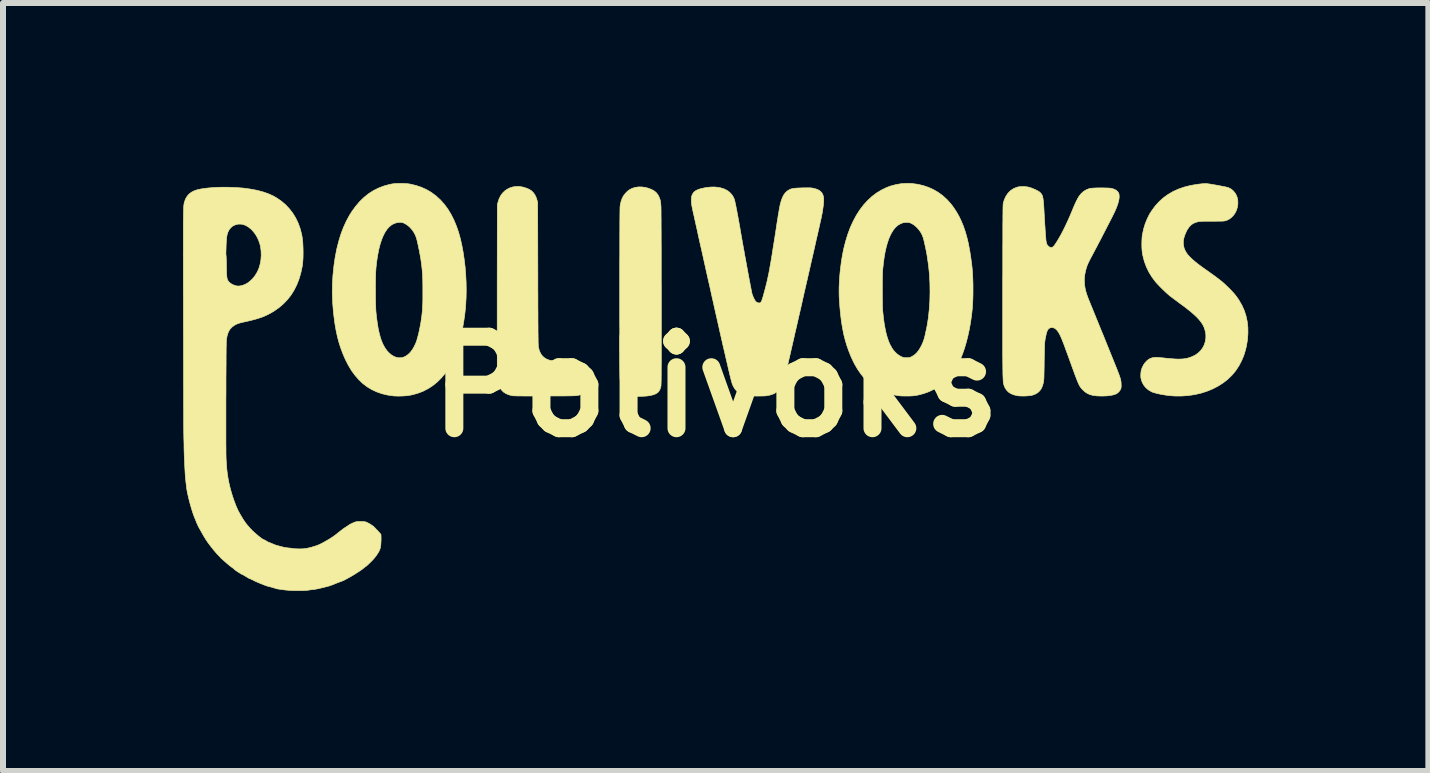
<source format=kicad_pcb>
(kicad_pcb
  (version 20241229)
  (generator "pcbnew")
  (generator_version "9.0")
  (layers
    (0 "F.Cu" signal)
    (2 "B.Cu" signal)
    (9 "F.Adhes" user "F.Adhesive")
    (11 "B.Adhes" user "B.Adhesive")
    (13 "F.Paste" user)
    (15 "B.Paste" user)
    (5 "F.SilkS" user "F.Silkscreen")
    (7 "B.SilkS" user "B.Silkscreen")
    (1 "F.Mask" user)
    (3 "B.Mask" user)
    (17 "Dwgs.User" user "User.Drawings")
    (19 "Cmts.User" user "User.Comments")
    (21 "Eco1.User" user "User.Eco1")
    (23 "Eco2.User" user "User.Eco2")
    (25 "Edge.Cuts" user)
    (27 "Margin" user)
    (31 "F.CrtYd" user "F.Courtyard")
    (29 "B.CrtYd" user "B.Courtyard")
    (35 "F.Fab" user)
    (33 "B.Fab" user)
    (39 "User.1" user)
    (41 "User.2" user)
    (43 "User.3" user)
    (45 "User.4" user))
  (footprint "Polivoks"
    (layer "F.Cu")
    (at 8.874 3.395)
    (property "Reference" "Polivoks" (at 0 0 0) (layer "F.SilkS") (effects (font (size 1.524 1.524) (thickness 0.3))))
    (attr through_hole)
    (fp_poly (pts (xy -1.226 -3.33) (xy -1.165 -3.321) (xy -1.116 -3.307) (xy -1.066 -3.287) (xy -1.024 -3.264) (xy -0.991 -3.236) (xy -0.964 -3.203) (xy -0.943 -3.163) (xy -0.926 -3.117) (xy -0.92 -3.089) (xy -0.915 -3.052) (xy -0.912 -3.006) (xy -0.911 -3.002) (xy -0.911 -2.991) (xy -0.911 -2.969) (xy -0.91 -2.939) (xy -0.91 -2.9) (xy -0.91 -2.852) (xy -0.909 -2.797) (xy -0.909 -2.734) (xy -0.909 -2.663) (xy -0.908 -2.586) (xy -0.908 -2.503) (xy -0.908 -2.413) (xy -0.907 -2.318) (xy -0.907 -2.218) (xy -0.907 -2.112) (xy -0.907 -2.003) (xy -0.907 -1.889) (xy -0.907 -1.772) (xy -0.906 -1.652) (xy -0.906 -1.528) (xy -0.906 -1.478) (xy -0.906 -1.336) (xy -0.906 -1.204) (xy -0.906 -1.081) (xy -0.906 -0.966) (xy -0.906 -0.861) (xy -0.906 -0.763) (xy -0.906 -0.674) (xy -0.906 -0.591) (xy -0.906 -0.517) (xy -0.906 -0.449) (xy -0.906 -0.387) (xy -0.907 -0.332) (xy -0.907 -0.282) (xy -0.907 -0.238) (xy -0.907 -0.199) (xy -0.908 -0.165) (xy -0.908 -0.135) (xy -0.908 -0.109) (xy -0.909 -0.087) (xy -0.909 -0.068) (xy -0.91 -0.053) (xy -0.91 -0.04) (xy -0.911 -0.029) (xy -0.911 -0.02) (xy -0.912 -0.013) (xy -0.913 -0.008) (xy -0.914 -0.003) (xy -0.915 0.001) (xy -0.916 0.005) (xy -0.916 0.006) (xy -0.927 0.039) (xy -0.941 0.067) (xy -0.96 0.09) (xy -0.984 0.108) (xy -1.014 0.124) (xy -1.052 0.136) (xy -1.097 0.146) (xy -1.14 0.152) (xy -1.171 0.155) (xy -1.207 0.157) (xy -1.245 0.158) (xy -1.283 0.158) (xy -1.319 0.157) (xy -1.35 0.155) (xy -1.373 0.152) (xy -1.375 0.152) (xy -1.427 0.138) (xy -1.472 0.117) (xy -1.51 0.09) (xy -1.529 0.071) (xy -1.546 0.048) (xy -1.561 0.023) (xy -1.572 -0.007) (xy -1.581 -0.042) (xy -1.588 -0.084) (xy -1.593 -0.135) (xy -1.593 -0.137) (xy -1.594 -0.148) (xy -1.594 -0.169) (xy -1.595 -0.198) (xy -1.595 -0.236) (xy -1.596 -0.282) (xy -1.596 -0.335) (xy -1.597 -0.395) (xy -1.597 -0.462) (xy -1.597 -0.534) (xy -1.598 -0.612) (xy -1.598 -0.695) (xy -1.598 -0.782) (xy -1.598 -0.873) (xy -1.598 -0.968) (xy -1.599 -1.065) (xy -1.599 -1.165) (xy -1.599 -1.267) (xy -1.599 -1.37) (xy -1.599 -1.475) (xy -1.599 -1.579) (xy -1.599 -1.684) (xy -1.599 -1.788) (xy -1.599 -1.892) (xy -1.599 -1.993) (xy -1.599 -2.093) (xy -1.598 -2.19) (xy -1.598 -2.284) (xy -1.598 -2.375) (xy -1.598 -2.461) (xy -1.598 -2.543) (xy -1.597 -2.62) (xy -1.597 -2.692) (xy -1.597 -2.757) (xy -1.596 -2.816) (xy -1.596 -2.868) (xy -1.595 -2.913) (xy -1.595 -2.95) (xy -1.594 -2.978) (xy -1.594 -2.997) (xy -1.593 -3.006) (xy -1.586 -3.05) (xy -1.575 -3.094) (xy -1.56 -3.136) (xy -1.543 -3.171) (xy -1.527 -3.195) (xy -1.506 -3.221) (xy -1.482 -3.247) (xy -1.457 -3.269) (xy -1.439 -3.282) (xy -1.392 -3.307) (xy -1.34 -3.323) (xy -1.284 -3.331) (xy -1.226 -3.33)) (stroke (width 0.01) (type solid)) (fill yes) (layer "F.SilkS"))
    (fp_poly (pts (xy -3.269 -3.338) (xy -3.21 -3.328) (xy -3.15 -3.309) (xy -3.114 -3.294) (xy -3.074 -3.27) (xy -3.041 -3.239) (xy -3.013 -3.201) (xy -2.991 -3.155) (xy -2.977 -3.112) (xy -2.966 -3.07) (xy -2.963 -1.883) (xy -2.963 -1.753) (xy -2.963 -1.633) (xy -2.962 -1.522) (xy -2.962 -1.42) (xy -2.962 -1.326) (xy -2.961 -1.241) (xy -2.961 -1.163) (xy -2.961 -1.093) (xy -2.96 -1.029) (xy -2.96 -0.972) (xy -2.96 -0.921) (xy -2.959 -0.877) (xy -2.959 -0.837) (xy -2.958 -0.803) (xy -2.958 -0.773) (xy -2.958 -0.748) (xy -2.957 -0.726) (xy -2.956 -0.708) (xy -2.956 -0.694) (xy -2.955 -0.682) (xy -2.954 -0.673) (xy -2.954 -0.665) (xy -2.953 -0.66) (xy -2.952 -0.657) (xy -2.938 -0.603) (xy -2.918 -0.558) (xy -2.892 -0.52) (xy -2.86 -0.489) (xy -2.821 -0.464) (xy -2.774 -0.445) (xy -2.722 -0.433) (xy -2.711 -0.431) (xy -2.692 -0.43) (xy -2.665 -0.429) (xy -2.632 -0.427) (xy -2.595 -0.426) (xy -2.554 -0.425) (xy -2.51 -0.424) (xy -2.51 -0.424) (xy -2.461 -0.423) (xy -2.42 -0.422) (xy -2.388 -0.42) (xy -2.361 -0.419) (xy -2.34 -0.418) (xy -2.324 -0.417) (xy -2.31 -0.415) (xy -2.298 -0.412) (xy -2.286 -0.41) (xy -2.284 -0.409) (xy -2.229 -0.39) (xy -2.181 -0.366) (xy -2.142 -0.335) (xy -2.11 -0.299) (xy -2.087 -0.258) (xy -2.072 -0.211) (xy -2.066 -0.16) (xy -2.066 -0.146) (xy -2.07 -0.09) (xy -2.084 -0.037) (xy -2.107 0.011) (xy -2.137 0.054) (xy -2.152 0.07) (xy -2.178 0.094) (xy -2.204 0.112) (xy -2.233 0.126) (xy -2.267 0.136) (xy -2.287 0.141) (xy -2.296 0.142) (xy -2.304 0.144) (xy -2.313 0.145) (xy -2.322 0.147) (xy -2.334 0.148) (xy -2.347 0.148) (xy -2.364 0.149) (xy -2.384 0.15) (xy -2.409 0.15) (xy -2.438 0.151) (xy -2.473 0.151) (xy -2.514 0.152) (xy -2.561 0.152) (xy -2.616 0.152) (xy -2.679 0.152) (xy -2.75 0.152) (xy -2.831 0.153) (xy -2.846 0.153) (xy -2.932 0.153) (xy -3.008 0.153) (xy -3.076 0.153) (xy -3.135 0.153) (xy -3.186 0.153) (xy -3.23 0.152) (xy -3.268 0.152) (xy -3.299 0.152) (xy -3.326 0.151) (xy -3.347 0.15) (xy -3.364 0.15) (xy -3.377 0.149) (xy -3.386 0.148) (xy -3.391 0.147) (xy -3.447 0.133) (xy -3.494 0.113) (xy -3.535 0.087) (xy -3.568 0.054) (xy -3.594 0.014) (xy -3.615 -0.034) (xy -3.624 -0.065) (xy -3.625 -0.072) (xy -3.627 -0.08) (xy -3.628 -0.088) (xy -3.63 -0.098) (xy -3.631 -0.109) (xy -3.632 -0.122) (xy -3.633 -0.138) (xy -3.634 -0.156) (xy -3.635 -0.177) (xy -3.636 -0.201) (xy -3.637 -0.229) (xy -3.637 -0.26) (xy -3.638 -0.296) (xy -3.638 -0.337) (xy -3.639 -0.383) (xy -3.639 -0.434) (xy -3.639 -0.49) (xy -3.64 -0.553) (xy -3.64 -0.622) (xy -3.64 -0.698) (xy -3.64 -0.781) (xy -3.64 -0.871) (xy -3.64 -0.97) (xy -3.64 -1.076) (xy -3.64 -1.191) (xy -3.64 -1.314) (xy -3.64 -1.447) (xy -3.64 -1.589) (xy -3.64 -1.634) (xy -3.638 -3.036) (xy -3.627 -3.075) (xy -3.608 -3.134) (xy -3.583 -3.184) (xy -3.552 -3.227) (xy -3.514 -3.264) (xy -3.483 -3.287) (xy -3.434 -3.313) (xy -3.382 -3.33) (xy -3.327 -3.338) (xy -3.269 -3.338)) (stroke (width 0.01) (type solid)) (fill yes) (layer "F.SilkS"))
    (fp_poly (pts (xy 3.265 -3.388) (xy 3.266 -3.388) (xy 3.364 -3.375) (xy 3.459 -3.353) (xy 3.549 -3.322) (xy 3.634 -3.283) (xy 3.715 -3.235) (xy 3.791 -3.178) (xy 3.861 -3.113) (xy 3.926 -3.039) (xy 3.964 -2.988) (xy 4.01 -2.918) (xy 4.053 -2.843) (xy 4.091 -2.764) (xy 4.126 -2.68) (xy 4.157 -2.59) (xy 4.185 -2.493) (xy 4.21 -2.389) (xy 4.231 -2.278) (xy 4.25 -2.159) (xy 4.267 -2.03) (xy 4.273 -1.972) (xy 4.278 -1.913) (xy 4.282 -1.846) (xy 4.285 -1.773) (xy 4.287 -1.697) (xy 4.287 -1.62) (xy 4.287 -1.543) (xy 4.285 -1.468) (xy 4.282 -1.399) (xy 4.278 -1.336) (xy 4.276 -1.307) (xy 4.263 -1.188) (xy 4.246 -1.072) (xy 4.226 -0.958) (xy 4.202 -0.849) (xy 4.176 -0.745) (xy 4.147 -0.647) (xy 4.116 -0.556) (xy 4.083 -0.473) (xy 4.048 -0.399) (xy 4.043 -0.39) (xy 3.989 -0.298) (xy 3.93 -0.214) (xy 3.866 -0.138) (xy 3.796 -0.071) (xy 3.721 -0.012) (xy 3.641 0.038) (xy 3.557 0.079) (xy 3.467 0.112) (xy 3.372 0.137) (xy 3.312 0.147) (xy 3.286 0.15) (xy 3.253 0.152) (xy 3.215 0.153) (xy 3.175 0.153) (xy 3.135 0.153) (xy 3.099 0.152) (xy 3.067 0.15) (xy 3.058 0.149) (xy 2.96 0.133) (xy 2.868 0.11) (xy 2.782 0.078) (xy 2.7 0.038) (xy 2.624 -0.011) (xy 2.552 -0.068) (xy 2.486 -0.133) (xy 2.424 -0.207) (xy 2.366 -0.29) (xy 2.313 -0.382) (xy 2.293 -0.421) (xy 2.253 -0.507) (xy 2.218 -0.595) (xy 2.186 -0.685) (xy 2.158 -0.779) (xy 2.133 -0.877) (xy 2.113 -0.98) (xy 2.095 -1.089) (xy 2.081 -1.204) (xy 2.069 -1.328) (xy 2.06 -1.459) (xy 2.057 -1.51) (xy 2.056 -1.586) (xy 2.056 -1.596) (xy 2.776 -1.596) (xy 2.777 -1.539) (xy 2.777 -1.484) (xy 2.778 -1.431) (xy 2.778 -1.383) (xy 2.779 -1.34) (xy 2.781 -1.304) (xy 2.782 -1.275) (xy 2.783 -1.265) (xy 2.794 -1.158) (xy 2.807 -1.06) (xy 2.823 -0.971) (xy 2.84 -0.891) (xy 2.86 -0.819) (xy 2.883 -0.754) (xy 2.908 -0.698) (xy 2.936 -0.648) (xy 2.951 -0.625) (xy 2.98 -0.589) (xy 3.013 -0.556) (xy 3.049 -0.528) (xy 3.086 -0.506) (xy 3.121 -0.491) (xy 3.131 -0.488) (xy 3.145 -0.486) (xy 3.166 -0.485) (xy 3.188 -0.485) (xy 3.191 -0.485) (xy 3.214 -0.486) (xy 3.231 -0.489) (xy 3.249 -0.495) (xy 3.269 -0.505) (xy 3.309 -0.53) (xy 3.346 -0.563) (xy 3.381 -0.606) (xy 3.413 -0.658) (xy 3.432 -0.694) (xy 3.445 -0.722) (xy 3.455 -0.748) (xy 3.465 -0.774) (xy 3.474 -0.802) (xy 3.483 -0.836) (xy 3.493 -0.877) (xy 3.493 -0.879) (xy 3.521 -1.009) (xy 3.543 -1.145) (xy 3.558 -1.286) (xy 3.568 -1.431) (xy 3.571 -1.579) (xy 3.569 -1.728) (xy 3.561 -1.877) (xy 3.546 -2.024) (xy 3.525 -2.168) (xy 3.516 -2.224) (xy 3.508 -2.265) (xy 3.499 -2.308) (xy 3.49 -2.351) (xy 3.48 -2.393) (xy 3.472 -2.43) (xy 3.464 -2.461) (xy 3.457 -2.485) (xy 3.456 -2.489) (xy 3.438 -2.534) (xy 3.414 -2.579) (xy 3.383 -2.621) (xy 3.348 -2.659) (xy 3.311 -2.692) (xy 3.272 -2.717) (xy 3.24 -2.732) (xy 3.213 -2.738) (xy 3.181 -2.74) (xy 3.148 -2.738) (xy 3.12 -2.733) (xy 3.075 -2.715) (xy 3.034 -2.691) (xy 2.997 -2.658) (xy 2.963 -2.617) (xy 2.932 -2.567) (xy 2.914 -2.534) (xy 2.887 -2.473) (xy 2.863 -2.405) (xy 2.842 -2.33) (xy 2.823 -2.247) (xy 2.807 -2.155) (xy 2.794 -2.055) (xy 2.783 -1.955) (xy 2.781 -1.931) (xy 2.78 -1.899) (xy 2.779 -1.86) (xy 2.778 -1.814) (xy 2.777 -1.764) (xy 2.777 -1.71) (xy 2.776 -1.653) (xy 2.776 -1.596) (xy 2.056 -1.596) (xy 2.057 -1.669) (xy 2.061 -1.757) (xy 2.067 -1.85) (xy 2.076 -1.944) (xy 2.088 -2.039) (xy 2.101 -2.131) (xy 2.117 -2.22) (xy 2.132 -2.296) (xy 2.164 -2.422) (xy 2.201 -2.542) (xy 2.243 -2.655) (xy 2.291 -2.76) (xy 2.344 -2.859) (xy 2.402 -2.949) (xy 2.465 -3.032) (xy 2.533 -3.106) (xy 2.605 -3.173) (xy 2.682 -3.231) (xy 2.763 -3.28) (xy 2.848 -3.321) (xy 2.909 -3.344) (xy 2.997 -3.368) (xy 3.087 -3.384) (xy 3.177 -3.39) (xy 3.265 -3.388)) (stroke (width 0.01) (type solid)) (fill yes) (layer "F.SilkS"))
    (fp_poly (pts (xy -5.223 -3.389) (xy -5.176 -3.387) (xy -5.132 -3.384) (xy -5.095 -3.379) (xy -5.09 -3.378) (xy -4.993 -3.355) (xy -4.901 -3.324) (xy -4.814 -3.284) (xy -4.733 -3.236) (xy -4.657 -3.179) (xy -4.586 -3.114) (xy -4.521 -3.041) (xy -4.461 -2.96) (xy -4.407 -2.87) (xy -4.358 -2.772) (xy -4.317 -2.672) (xy -4.284 -2.576) (xy -4.255 -2.473) (xy -4.23 -2.362) (xy -4.208 -2.245) (xy -4.19 -2.124) (xy -4.175 -1.999) (xy -4.165 -1.872) (xy -4.158 -1.744) (xy -4.156 -1.616) (xy -4.158 -1.489) (xy -4.165 -1.364) (xy -4.171 -1.292) (xy -4.182 -1.193) (xy -4.197 -1.092) (xy -4.214 -0.992) (xy -4.233 -0.894) (xy -4.255 -0.8) (xy -4.279 -0.71) (xy -4.304 -0.626) (xy -4.33 -0.55) (xy -4.349 -0.503) (xy -4.396 -0.403) (xy -4.448 -0.31) (xy -4.506 -0.225) (xy -4.57 -0.149) (xy -4.638 -0.081) (xy -4.712 -0.021) (xy -4.791 0.03) (xy -4.874 0.073) (xy -4.963 0.107) (xy -5.056 0.133) (xy -5.134 0.147) (xy -5.158 0.149) (xy -5.189 0.151) (xy -5.224 0.153) (xy -5.262 0.154) (xy -5.299 0.154) (xy -5.333 0.153) (xy -5.36 0.152) (xy -5.369 0.151) (xy -5.467 0.137) (xy -5.559 0.115) (xy -5.646 0.085) (xy -5.728 0.047) (xy -5.805 0.001) (xy -5.878 -0.054) (xy -5.945 -0.118) (xy -6.008 -0.19) (xy -6.067 -0.27) (xy -6.121 -0.36) (xy -6.171 -0.458) (xy -6.21 -0.548) (xy -6.246 -0.644) (xy -6.277 -0.74) (xy -6.303 -0.838) (xy -6.325 -0.941) (xy -6.344 -1.051) (xy -6.347 -1.071) (xy -6.368 -1.235) (xy -6.381 -1.395) (xy -6.387 -1.55) (xy -6.386 -1.659) (xy -5.669 -1.659) (xy -5.669 -1.599) (xy -5.668 -1.54) (xy -5.668 -1.482) (xy -5.667 -1.427) (xy -5.666 -1.376) (xy -5.664 -1.331) (xy -5.663 -1.292) (xy -5.661 -1.262) (xy -5.661 -1.261) (xy -5.651 -1.16) (xy -5.638 -1.066) (xy -5.624 -0.978) (xy -5.607 -0.899) (xy -5.588 -0.828) (xy -5.57 -0.772) (xy -5.544 -0.711) (xy -5.514 -0.656) (xy -5.481 -0.608) (xy -5.444 -0.567) (xy -5.406 -0.534) (xy -5.365 -0.509) (xy -5.323 -0.492) (xy -5.28 -0.484) (xy -5.237 -0.485) (xy -5.206 -0.492) (xy -5.166 -0.51) (xy -5.127 -0.537) (xy -5.09 -0.572) (xy -5.056 -0.616) (xy -5.025 -0.668) (xy -4.997 -0.727) (xy -4.991 -0.742) (xy -4.98 -0.773) (xy -4.969 -0.813) (xy -4.956 -0.859) (xy -4.944 -0.909) (xy -4.933 -0.962) (xy -4.922 -1.017) (xy -4.912 -1.071) (xy -4.906 -1.113) (xy -4.899 -1.158) (xy -4.894 -1.2) (xy -4.89 -1.24) (xy -4.886 -1.279) (xy -4.884 -1.319) (xy -4.882 -1.361) (xy -4.88 -1.408) (xy -4.879 -1.46) (xy -4.879 -1.518) (xy -4.879 -1.586) (xy -4.879 -1.589) (xy -4.879 -1.669) (xy -4.88 -1.741) (xy -4.881 -1.806) (xy -4.884 -1.866) (xy -4.888 -1.922) (xy -4.893 -1.976) (xy -4.899 -2.029) (xy -4.906 -2.084) (xy -4.915 -2.142) (xy -4.926 -2.203) (xy -4.929 -2.219) (xy -4.934 -2.246) (xy -4.94 -2.279) (xy -4.948 -2.314) (xy -4.955 -2.35) (xy -4.963 -2.385) (xy -4.97 -2.418) (xy -4.977 -2.446) (xy -4.983 -2.468) (xy -4.986 -2.48) (xy -5.006 -2.532) (xy -5.033 -2.581) (xy -5.066 -2.626) (xy -5.103 -2.666) (xy -5.144 -2.699) (xy -5.187 -2.724) (xy -5.202 -2.731) (xy -5.237 -2.74) (xy -5.275 -2.741) (xy -5.316 -2.734) (xy -5.356 -2.721) (xy -5.394 -2.702) (xy -5.397 -2.7) (xy -5.437 -2.668) (xy -5.474 -2.627) (xy -5.508 -2.577) (xy -5.539 -2.517) (xy -5.567 -2.449) (xy -5.592 -2.371) (xy -5.614 -2.285) (xy -5.632 -2.19) (xy -5.648 -2.087) (xy -5.66 -1.975) (xy -5.663 -1.932) (xy -5.665 -1.903) (xy -5.666 -1.866) (xy -5.667 -1.821) (xy -5.668 -1.771) (xy -5.669 -1.716) (xy -5.669 -1.659) (xy -6.386 -1.659) (xy -6.386 -1.704) (xy -6.377 -1.857) (xy -6.361 -2.011) (xy -6.36 -2.02) (xy -6.339 -2.163) (xy -6.313 -2.297) (xy -6.281 -2.424) (xy -6.245 -2.542) (xy -6.203 -2.653) (xy -6.156 -2.757) (xy -6.103 -2.855) (xy -6.063 -2.919) (xy -6 -3.006) (xy -5.933 -3.085) (xy -5.862 -3.154) (xy -5.787 -3.215) (xy -5.707 -3.267) (xy -5.622 -3.31) (xy -5.532 -3.345) (xy -5.438 -3.371) (xy -5.394 -3.38) (xy -5.359 -3.385) (xy -5.317 -3.388) (xy -5.271 -3.389) (xy -5.223 -3.389)) (stroke (width 0.01) (type solid)) (fill yes) (layer "F.SilkS"))
    (fp_poly (pts (xy 8.18 -3.386) (xy 8.202 -3.383) (xy 8.23 -3.379) (xy 8.263 -3.374) (xy 8.3 -3.367) (xy 8.338 -3.361) (xy 8.378 -3.354) (xy 8.416 -3.346) (xy 8.453 -3.339) (xy 8.485 -3.333) (xy 8.511 -3.327) (xy 8.531 -3.322) (xy 8.542 -3.319) (xy 8.585 -3.297) (xy 8.622 -3.267) (xy 8.654 -3.229) (xy 8.673 -3.195) (xy 8.688 -3.158) (xy 8.697 -3.121) (xy 8.7 -3.08) (xy 8.7 -3.049) (xy 8.693 -2.996) (xy 8.678 -2.945) (xy 8.656 -2.899) (xy 8.627 -2.857) (xy 8.593 -2.822) (xy 8.554 -2.793) (xy 8.511 -2.772) (xy 8.485 -2.765) (xy 8.472 -2.763) (xy 8.449 -2.761) (xy 8.416 -2.76) (xy 8.373 -2.76) (xy 8.321 -2.759) (xy 8.274 -2.759) (xy 8.221 -2.759) (xy 8.177 -2.759) (xy 8.141 -2.759) (xy 8.111 -2.758) (xy 8.087 -2.757) (xy 8.068 -2.755) (xy 8.052 -2.754) (xy 8.043 -2.752) (xy 7.995 -2.739) (xy 7.952 -2.72) (xy 7.915 -2.692) (xy 7.883 -2.657) (xy 7.854 -2.612) (xy 7.844 -2.593) (xy 7.82 -2.538) (xy 7.803 -2.488) (xy 7.793 -2.442) (xy 7.791 -2.399) (xy 7.793 -2.369) (xy 7.799 -2.333) (xy 7.809 -2.299) (xy 7.824 -2.266) (xy 7.843 -2.233) (xy 7.868 -2.199) (xy 7.899 -2.165) (xy 7.937 -2.128) (xy 7.981 -2.09) (xy 8.033 -2.048) (xy 8.093 -2.003) (xy 8.137 -1.972) (xy 8.195 -1.931) (xy 8.245 -1.895) (xy 8.289 -1.864) (xy 8.327 -1.836) (xy 8.36 -1.811) (xy 8.389 -1.789) (xy 8.414 -1.769) (xy 8.437 -1.751) (xy 8.459 -1.732) (xy 8.479 -1.714) (xy 8.499 -1.695) (xy 8.52 -1.675) (xy 8.542 -1.653) (xy 8.552 -1.644) (xy 8.59 -1.605) (xy 8.622 -1.571) (xy 8.65 -1.539) (xy 8.674 -1.508) (xy 8.698 -1.475) (xy 8.721 -1.44) (xy 8.722 -1.438) (xy 8.769 -1.356) (xy 8.807 -1.271) (xy 8.836 -1.181) (xy 8.856 -1.088) (xy 8.867 -0.991) (xy 8.868 -0.892) (xy 8.861 -0.79) (xy 8.844 -0.685) (xy 8.828 -0.617) (xy 8.799 -0.522) (xy 8.761 -0.432) (xy 8.716 -0.347) (xy 8.664 -0.269) (xy 8.604 -0.196) (xy 8.537 -0.131) (xy 8.533 -0.127) (xy 8.456 -0.067) (xy 8.372 -0.013) (xy 8.282 0.034) (xy 8.187 0.073) (xy 8.087 0.105) (xy 7.983 0.129) (xy 7.876 0.145) (xy 7.766 0.153) (xy 7.654 0.153) (xy 7.595 0.149) (xy 7.548 0.145) (xy 7.498 0.138) (xy 7.449 0.13) (xy 7.4 0.121) (xy 7.355 0.111) (xy 7.315 0.1) (xy 7.281 0.09) (xy 7.26 0.081) (xy 7.211 0.052) (xy 7.169 0.017) (xy 7.135 -0.024) (xy 7.108 -0.071) (xy 7.09 -0.122) (xy 7.084 -0.153) (xy 7.082 -0.19) (xy 7.084 -0.228) (xy 7.088 -0.263) (xy 7.091 -0.277) (xy 7.107 -0.324) (xy 7.129 -0.367) (xy 7.156 -0.405) (xy 7.187 -0.437) (xy 7.22 -0.462) (xy 7.256 -0.478) (xy 7.261 -0.48) (xy 7.28 -0.485) (xy 7.298 -0.488) (xy 7.317 -0.49) (xy 7.338 -0.491) (xy 7.363 -0.49) (xy 7.394 -0.488) (xy 7.432 -0.484) (xy 7.466 -0.481) (xy 7.537 -0.473) (xy 7.6 -0.468) (xy 7.655 -0.464) (xy 7.703 -0.462) (xy 7.746 -0.463) (xy 7.785 -0.465) (xy 7.821 -0.47) (xy 7.854 -0.476) (xy 7.887 -0.485) (xy 7.919 -0.496) (xy 7.938 -0.504) (xy 7.992 -0.53) (xy 8.039 -0.564) (xy 8.08 -0.603) (xy 8.113 -0.648) (xy 8.139 -0.697) (xy 8.156 -0.75) (xy 8.166 -0.806) (xy 8.167 -0.863) (xy 8.159 -0.921) (xy 8.141 -0.979) (xy 8.137 -0.991) (xy 8.121 -1.025) (xy 8.101 -1.059) (xy 8.076 -1.093) (xy 8.046 -1.129) (xy 8.011 -1.166) (xy 7.969 -1.205) (xy 7.921 -1.247) (xy 7.865 -1.292) (xy 7.802 -1.341) (xy 7.73 -1.393) (xy 7.725 -1.397) (xy 7.692 -1.422) (xy 7.658 -1.447) (xy 7.626 -1.471) (xy 7.597 -1.493) (xy 7.572 -1.512) (xy 7.556 -1.525) (xy 7.522 -1.554) (xy 7.485 -1.589) (xy 7.446 -1.626) (xy 7.408 -1.664) (xy 7.373 -1.7) (xy 7.342 -1.734) (xy 7.33 -1.747) (xy 7.27 -1.827) (xy 7.219 -1.909) (xy 7.176 -1.997) (xy 7.142 -2.089) (xy 7.117 -2.186) (xy 7.109 -2.229) (xy 7.105 -2.26) (xy 7.102 -2.299) (xy 7.1 -2.343) (xy 7.1 -2.389) (xy 7.101 -2.434) (xy 7.103 -2.476) (xy 7.106 -2.513) (xy 7.109 -2.532) (xy 7.129 -2.627) (xy 7.155 -2.714) (xy 7.188 -2.796) (xy 7.227 -2.875) (xy 7.266 -2.936) (xy 7.324 -3.015) (xy 7.39 -3.087) (xy 7.461 -3.151) (xy 7.539 -3.207) (xy 7.623 -3.256) (xy 7.713 -3.296) (xy 7.809 -3.329) (xy 7.81 -3.329) (xy 7.855 -3.341) (xy 7.905 -3.353) (xy 7.958 -3.363) (xy 8.012 -3.372) (xy 8.064 -3.379) (xy 8.112 -3.384) (xy 8.153 -3.386) (xy 8.167 -3.387) (xy 8.18 -3.386)) (stroke (width 0.01) (type solid)) (fill yes) (layer "F.SilkS"))
    (fp_poly (pts (xy 0.039 -3.324) (xy 0.088 -3.314) (xy 0.144 -3.296) (xy 0.193 -3.271) (xy 0.235 -3.239) (xy 0.27 -3.201) (xy 0.297 -3.158) (xy 0.311 -3.124) (xy 0.315 -3.111) (xy 0.32 -3.09) (xy 0.326 -3.061) (xy 0.334 -3.025) (xy 0.342 -2.984) (xy 0.351 -2.939) (xy 0.36 -2.89) (xy 0.37 -2.838) (xy 0.379 -2.786) (xy 0.389 -2.733) (xy 0.398 -2.681) (xy 0.407 -2.631) (xy 0.408 -2.622) (xy 0.414 -2.586) (xy 0.422 -2.543) (xy 0.43 -2.495) (xy 0.44 -2.441) (xy 0.45 -2.384) (xy 0.461 -2.322) (xy 0.473 -2.259) (xy 0.484 -2.193) (xy 0.497 -2.127) (xy 0.509 -2.06) (xy 0.521 -1.994) (xy 0.533 -1.93) (xy 0.544 -1.868) (xy 0.555 -1.809) (xy 0.566 -1.754) (xy 0.575 -1.704) (xy 0.584 -1.66) (xy 0.591 -1.622) (xy 0.597 -1.591) (xy 0.602 -1.568) (xy 0.605 -1.554) (xy 0.605 -1.552) (xy 0.613 -1.528) (xy 0.624 -1.501) (xy 0.636 -1.474) (xy 0.649 -1.45) (xy 0.66 -1.431) (xy 0.664 -1.426) (xy 0.681 -1.411) (xy 0.701 -1.401) (xy 0.721 -1.397) (xy 0.737 -1.399) (xy 0.75 -1.407) (xy 0.759 -1.417) (xy 0.765 -1.429) (xy 0.772 -1.45) (xy 0.782 -1.479) (xy 0.793 -1.516) (xy 0.805 -1.561) (xy 0.819 -1.612) (xy 0.832 -1.661) (xy 0.84 -1.693) (xy 0.848 -1.723) (xy 0.855 -1.753) (xy 0.862 -1.783) (xy 0.868 -1.813) (xy 0.875 -1.844) (xy 0.882 -1.876) (xy 0.889 -1.911) (xy 0.896 -1.949) (xy 0.903 -1.99) (xy 0.911 -2.035) (xy 0.92 -2.084) (xy 0.929 -2.139) (xy 0.939 -2.199) (xy 0.949 -2.266) (xy 0.961 -2.339) (xy 0.974 -2.42) (xy 0.988 -2.508) (xy 1.003 -2.605) (xy 1.019 -2.712) (xy 1.023 -2.739) (xy 1.034 -2.806) (xy 1.043 -2.864) (xy 1.052 -2.914) (xy 1.059 -2.957) (xy 1.066 -2.994) (xy 1.072 -3.025) (xy 1.079 -3.052) (xy 1.085 -3.076) (xy 1.091 -3.096) (xy 1.094 -3.106) (xy 1.114 -3.159) (xy 1.137 -3.202) (xy 1.164 -3.237) (xy 1.195 -3.265) (xy 1.227 -3.284) (xy 1.243 -3.292) (xy 1.26 -3.298) (xy 1.279 -3.303) (xy 1.301 -3.306) (xy 1.327 -3.309) (xy 1.358 -3.312) (xy 1.397 -3.313) (xy 1.444 -3.315) (xy 1.462 -3.315) (xy 1.501 -3.316) (xy 1.532 -3.316) (xy 1.556 -3.316) (xy 1.576 -3.316) (xy 1.592 -3.314) (xy 1.608 -3.312) (xy 1.623 -3.309) (xy 1.629 -3.308) (xy 1.677 -3.295) (xy 1.716 -3.278) (xy 1.748 -3.256) (xy 1.771 -3.229) (xy 1.788 -3.196) (xy 1.797 -3.157) (xy 1.798 -3.154) (xy 1.8 -3.126) (xy 1.799 -3.089) (xy 1.796 -3.046) (xy 1.79 -2.997) (xy 1.782 -2.943) (xy 1.773 -2.886) (xy 1.763 -2.839) (xy 1.76 -2.822) (xy 1.754 -2.795) (xy 1.746 -2.761) (xy 1.737 -2.719) (xy 1.726 -2.669) (xy 1.713 -2.613) (xy 1.699 -2.55) (xy 1.683 -2.482) (xy 1.666 -2.408) (xy 1.649 -2.329) (xy 1.63 -2.246) (xy 1.61 -2.159) (xy 1.589 -2.069) (xy 1.568 -1.975) (xy 1.546 -1.88) (xy 1.524 -1.782) (xy 1.501 -1.683) (xy 1.478 -1.583) (xy 1.455 -1.482) (xy 1.433 -1.381) (xy 1.41 -1.281) (xy 1.387 -1.182) (xy 1.365 -1.085) (xy 1.343 -0.989) (xy 1.321 -0.896) (xy 1.301 -0.805) (xy 1.281 -0.719) (xy 1.262 -0.636) (xy 1.244 -0.557) (xy 1.227 -0.484) (xy 1.211 -0.415) (xy 1.197 -0.353) (xy 1.184 -0.297) (xy 1.172 -0.248) (xy 1.162 -0.206) (xy 1.154 -0.172) (xy 1.148 -0.147) (xy 1.144 -0.13) (xy 1.143 -0.123) (xy 1.128 -0.077) (xy 1.114 -0.039) (xy 1.098 -0.007) (xy 1.081 0.02) (xy 1.06 0.045) (xy 1.049 0.057) (xy 1.016 0.086) (xy 0.981 0.109) (xy 0.942 0.126) (xy 0.897 0.139) (xy 0.845 0.149) (xy 0.844 0.149) (xy 0.828 0.151) (xy 0.803 0.152) (xy 0.773 0.153) (xy 0.738 0.153) (xy 0.701 0.154) (xy 0.663 0.153) (xy 0.627 0.153) (xy 0.594 0.152) (xy 0.566 0.151) (xy 0.545 0.15) (xy 0.537 0.149) (xy 0.478 0.137) (xy 0.427 0.12) (xy 0.383 0.096) (xy 0.346 0.066) (xy 0.316 0.03) (xy 0.292 -0.012) (xy 0.288 -0.021) (xy 0.284 -0.029) (xy 0.28 -0.039) (xy 0.276 -0.049) (xy 0.272 -0.062) (xy 0.268 -0.076) (xy 0.263 -0.094) (xy 0.257 -0.114) (xy 0.251 -0.139) (xy 0.244 -0.169) (xy 0.235 -0.203) (xy 0.226 -0.243) (xy 0.215 -0.289) (xy 0.203 -0.342) (xy 0.189 -0.402) (xy 0.173 -0.469) (xy 0.156 -0.545) (xy 0.136 -0.63) (xy 0.124 -0.682) (xy 0.115 -0.72) (xy 0.105 -0.765) (xy 0.093 -0.817) (xy 0.08 -0.876) (xy 0.065 -0.94) (xy 0.05 -1.01) (xy 0.033 -1.085) (xy 0.015 -1.164) (xy -0.004 -1.247) (xy -0.023 -1.333) (xy -0.043 -1.423) (xy -0.064 -1.514) (xy -0.084 -1.607) (xy -0.105 -1.701) (xy -0.127 -1.796) (xy -0.148 -1.89) (xy -0.169 -1.985) (xy -0.19 -2.078) (xy -0.21 -2.17) (xy -0.23 -2.26) (xy -0.25 -2.347) (xy -0.269 -2.431) (xy -0.287 -2.511) (xy -0.303 -2.588) (xy -0.319 -2.659) (xy -0.334 -2.725) (xy -0.347 -2.785) (xy -0.359 -2.839) (xy -0.37 -2.887) (xy -0.379 -2.926) (xy -0.385 -2.958) (xy -0.39 -2.981) (xy -0.393 -2.996) (xy -0.394 -2.998) (xy -0.401 -3.042) (xy -0.405 -3.085) (xy -0.405 -3.124) (xy -0.403 -3.158) (xy -0.397 -3.184) (xy -0.397 -3.186) (xy -0.382 -3.218) (xy -0.362 -3.245) (xy -0.335 -3.266) (xy -0.3 -3.284) (xy -0.257 -3.299) (xy -0.239 -3.304) (xy -0.162 -3.32) (xy -0.091 -3.328) (xy -0.024 -3.33) (xy 0.039 -3.324)) (stroke (width 0.01) (type solid)) (fill yes) (layer "F.SilkS"))
    (fp_poly (pts (xy 5.165 -3.335) (xy 5.21 -3.328) (xy 5.257 -3.314) (xy 5.306 -3.294) (xy 5.331 -3.283) (xy 5.359 -3.269) (xy 5.379 -3.257) (xy 5.395 -3.247) (xy 5.407 -3.236) (xy 5.415 -3.227) (xy 5.425 -3.216) (xy 5.433 -3.204) (xy 5.44 -3.191) (xy 5.445 -3.176) (xy 5.45 -3.157) (xy 5.454 -3.135) (xy 5.458 -3.107) (xy 5.461 -3.073) (xy 5.465 -3.032) (xy 5.468 -2.983) (xy 5.471 -2.925) (xy 5.471 -2.919) (xy 5.474 -2.875) (xy 5.476 -2.825) (xy 5.48 -2.77) (xy 5.483 -2.714) (xy 5.487 -2.658) (xy 5.49 -2.607) (xy 5.491 -2.595) (xy 5.494 -2.542) (xy 5.498 -2.498) (xy 5.501 -2.463) (xy 5.504 -2.434) (xy 5.508 -2.411) (xy 5.512 -2.393) (xy 5.517 -2.378) (xy 5.523 -2.367) (xy 5.53 -2.357) (xy 5.539 -2.348) (xy 5.543 -2.344) (xy 5.561 -2.33) (xy 5.577 -2.323) (xy 5.593 -2.322) (xy 5.6 -2.323) (xy 5.611 -2.327) (xy 5.622 -2.334) (xy 5.635 -2.347) (xy 5.649 -2.365) (xy 5.666 -2.39) (xy 5.684 -2.418) (xy 5.721 -2.479) (xy 5.757 -2.543) (xy 5.793 -2.612) (xy 5.829 -2.686) (xy 5.867 -2.767) (xy 5.906 -2.856) (xy 5.947 -2.953) (xy 5.952 -2.966) (xy 5.979 -3.03) (xy 6.004 -3.084) (xy 6.027 -3.129) (xy 6.047 -3.164) (xy 6.053 -3.174) (xy 6.088 -3.218) (xy 6.127 -3.254) (xy 6.172 -3.282) (xy 6.22 -3.301) (xy 6.234 -3.305) (xy 6.251 -3.308) (xy 6.278 -3.31) (xy 6.31 -3.312) (xy 6.347 -3.314) (xy 6.388 -3.314) (xy 6.429 -3.315) (xy 6.47 -3.314) (xy 6.508 -3.313) (xy 6.543 -3.312) (xy 6.571 -3.31) (xy 6.592 -3.307) (xy 6.597 -3.306) (xy 6.639 -3.293) (xy 6.673 -3.275) (xy 6.698 -3.253) (xy 6.715 -3.227) (xy 6.718 -3.218) (xy 6.723 -3.184) (xy 6.722 -3.144) (xy 6.714 -3.098) (xy 6.699 -3.045) (xy 6.678 -2.986) (xy 6.65 -2.922) (xy 6.628 -2.877) (xy 6.609 -2.838) (xy 6.586 -2.793) (xy 6.561 -2.744) (xy 6.533 -2.69) (xy 6.505 -2.635) (xy 6.476 -2.579) (xy 6.447 -2.523) (xy 6.42 -2.47) (xy 6.393 -2.419) (xy 6.369 -2.374) (xy 6.349 -2.334) (xy 6.331 -2.301) (xy 6.328 -2.296) (xy 6.3 -2.242) (xy 6.275 -2.195) (xy 6.254 -2.156) (xy 6.237 -2.123) (xy 6.223 -2.095) (xy 6.212 -2.072) (xy 6.202 -2.052) (xy 6.195 -2.035) (xy 6.189 -2.02) (xy 6.186 -2.012) (xy 6.164 -1.94) (xy 6.149 -1.866) (xy 6.142 -1.794) (xy 6.144 -1.724) (xy 6.145 -1.71) (xy 6.148 -1.684) (xy 6.152 -1.66) (xy 6.156 -1.637) (xy 6.161 -1.614) (xy 6.167 -1.59) (xy 6.175 -1.564) (xy 6.184 -1.535) (xy 6.196 -1.502) (xy 6.21 -1.464) (xy 6.228 -1.421) (xy 6.248 -1.371) (xy 6.272 -1.313) (xy 6.285 -1.28) (xy 6.302 -1.239) (xy 6.321 -1.192) (xy 6.342 -1.14) (xy 6.365 -1.084) (xy 6.389 -1.025) (xy 6.414 -0.963) (xy 6.44 -0.9) (xy 6.467 -0.835) (xy 6.493 -0.77) (xy 6.519 -0.705) (xy 6.545 -0.641) (xy 6.57 -0.579) (xy 6.594 -0.52) (xy 6.617 -0.463) (xy 6.638 -0.411) (xy 6.657 -0.364) (xy 6.674 -0.322) (xy 6.688 -0.287) (xy 6.699 -0.258) (xy 6.707 -0.237) (xy 6.712 -0.225) (xy 6.712 -0.224) (xy 6.726 -0.187) (xy 6.736 -0.157) (xy 6.744 -0.132) (xy 6.749 -0.112) (xy 6.752 -0.093) (xy 6.754 -0.075) (xy 6.755 -0.055) (xy 6.756 -0.037) (xy 6.756 -0.011) (xy 6.755 0.007) (xy 6.753 0.02) (xy 6.75 0.031) (xy 6.746 0.042) (xy 6.743 0.048) (xy 6.726 0.073) (xy 6.704 0.096) (xy 6.68 0.114) (xy 6.674 0.117) (xy 6.645 0.128) (xy 6.608 0.138) (xy 6.563 0.146) (xy 6.514 0.151) (xy 6.461 0.153) (xy 6.405 0.153) (xy 6.35 0.151) (xy 6.337 0.149) (xy 6.282 0.142) (xy 6.235 0.129) (xy 6.194 0.111) (xy 6.156 0.086) (xy 6.121 0.055) (xy 6.109 0.043) (xy 6.099 0.032) (xy 6.09 0.022) (xy 6.081 0.01) (xy 6.072 -0.002) (xy 6.064 -0.016) (xy 6.055 -0.033) (xy 6.045 -0.053) (xy 6.035 -0.077) (xy 6.023 -0.105) (xy 6.01 -0.139) (xy 5.995 -0.178) (xy 5.978 -0.223) (xy 5.959 -0.276) (xy 5.937 -0.336) (xy 5.912 -0.405) (xy 5.899 -0.441) (xy 5.873 -0.513) (xy 5.85 -0.576) (xy 5.829 -0.632) (xy 5.812 -0.68) (xy 5.796 -0.722) (xy 5.782 -0.757) (xy 5.77 -0.788) (xy 5.759 -0.814) (xy 5.749 -0.837) (xy 5.74 -0.856) (xy 5.732 -0.873) (xy 5.723 -0.889) (xy 5.715 -0.903) (xy 5.706 -0.917) (xy 5.705 -0.918) (xy 5.682 -0.948) (xy 5.657 -0.97) (xy 5.63 -0.983) (xy 5.603 -0.988) (xy 5.577 -0.985) (xy 5.553 -0.972) (xy 5.549 -0.969) (xy 5.536 -0.954) (xy 5.525 -0.935) (xy 5.515 -0.909) (xy 5.506 -0.874) (xy 5.504 -0.864) (xy 5.499 -0.839) (xy 5.494 -0.817) (xy 5.49 -0.797) (xy 5.487 -0.777) (xy 5.484 -0.756) (xy 5.482 -0.734) (xy 5.48 -0.71) (xy 5.479 -0.682) (xy 5.478 -0.649) (xy 5.477 -0.612) (xy 5.476 -0.567) (xy 5.475 -0.515) (xy 5.474 -0.455) (xy 5.473 -0.418) (xy 5.473 -0.356) (xy 5.472 -0.302) (xy 5.471 -0.256) (xy 5.47 -0.218) (xy 5.47 -0.186) (xy 5.469 -0.16) (xy 5.468 -0.139) (xy 5.467 -0.121) (xy 5.465 -0.107) (xy 5.464 -0.095) (xy 5.462 -0.084) (xy 5.46 -0.073) (xy 5.459 -0.067) (xy 5.444 -0.015) (xy 5.426 0.028) (xy 5.401 0.064) (xy 5.371 0.093) (xy 5.334 0.117) (xy 5.289 0.135) (xy 5.273 0.14) (xy 5.251 0.145) (xy 5.221 0.148) (xy 5.186 0.151) (xy 5.148 0.153) (xy 5.11 0.153) (xy 5.074 0.152) (xy 5.043 0.15) (xy 5.022 0.147) (xy 4.967 0.133) (xy 4.919 0.114) (xy 4.879 0.088) (xy 4.847 0.056) (xy 4.822 0.018) (xy 4.803 -0.027) (xy 4.799 -0.043) (xy 4.797 -0.05) (xy 4.795 -0.058) (xy 4.794 -0.068) (xy 4.792 -0.078) (xy 4.791 -0.091) (xy 4.79 -0.106) (xy 4.789 -0.123) (xy 4.788 -0.144) (xy 4.787 -0.168) (xy 4.786 -0.195) (xy 4.785 -0.226) (xy 4.785 -0.262) (xy 4.784 -0.302) (xy 4.784 -0.347) (xy 4.783 -0.397) (xy 4.783 -0.453) (xy 4.782 -0.515) (xy 4.782 -0.583) (xy 4.782 -0.658) (xy 4.782 -0.74) (xy 4.782 -0.83) (xy 4.782 -0.927) (xy 4.782 -1.032) (xy 4.782 -1.145) (xy 4.782 -1.267) (xy 4.782 -1.398) (xy 4.782 -1.539) (xy 4.782 -1.641) (xy 4.782 -1.781) (xy 4.783 -1.911) (xy 4.783 -2.032) (xy 4.783 -2.145) (xy 4.783 -2.248) (xy 4.783 -2.344) (xy 4.784 -2.431) (xy 4.784 -2.511) (xy 4.784 -2.584) (xy 4.784 -2.65) (xy 4.784 -2.71) (xy 4.785 -2.763) (xy 4.785 -2.811) (xy 4.785 -2.853) (xy 4.786 -2.89) (xy 4.786 -2.922) (xy 4.786 -2.95) (xy 4.787 -2.974) (xy 4.787 -2.995) (xy 4.788 -3.012) (xy 4.788 -3.025) (xy 4.789 -3.037) (xy 4.79 -3.046) (xy 4.79 -3.053) (xy 4.791 -3.058) (xy 4.792 -3.063) (xy 4.792 -3.064) (xy 4.811 -3.123) (xy 4.836 -3.176) (xy 4.867 -3.222) (xy 4.903 -3.261) (xy 4.945 -3.292) (xy 4.967 -3.304) (xy 5.002 -3.319) (xy 5.034 -3.33) (xy 5.068 -3.335) (xy 5.108 -3.337) (xy 5.117 -3.338) (xy 5.165 -3.335)) (stroke (width 0.01) (type solid)) (fill yes) (layer "F.SilkS"))
    (fp_poly (pts (xy -8.111 -3.325) (xy -7.981 -3.32) (xy -7.859 -3.31) (xy -7.745 -3.294) (xy -7.64 -3.274) (xy -7.543 -3.248) (xy -7.455 -3.218) (xy -7.375 -3.182) (xy -7.317 -3.149) (xy -7.238 -3.095) (xy -7.166 -3.034) (xy -7.102 -2.966) (xy -7.046 -2.893) (xy -6.997 -2.813) (xy -6.956 -2.728) (xy -6.923 -2.636) (xy -6.898 -2.54) (xy -6.891 -2.501) (xy -6.884 -2.452) (xy -6.879 -2.396) (xy -6.876 -2.335) (xy -6.874 -2.272) (xy -6.874 -2.209) (xy -6.875 -2.147) (xy -6.879 -2.09) (xy -6.884 -2.039) (xy -6.887 -2.015) (xy -6.91 -1.905) (xy -6.94 -1.801) (xy -6.977 -1.705) (xy -7.021 -1.616) (xy -7.073 -1.532) (xy -7.132 -1.456) (xy -7.199 -1.386) (xy -7.273 -1.322) (xy -7.355 -1.264) (xy -7.416 -1.228) (xy -7.457 -1.206) (xy -7.499 -1.186) (xy -7.541 -1.168) (xy -7.586 -1.152) (xy -7.635 -1.136) (xy -7.689 -1.121) (xy -7.75 -1.105) (xy -7.819 -1.089) (xy -7.847 -1.083) (xy -7.891 -1.073) (xy -7.926 -1.064) (xy -7.956 -1.055) (xy -7.981 -1.045) (xy -8.003 -1.034) (xy -8.023 -1.022) (xy -8.029 -1.018) (xy -8.062 -0.992) (xy -8.09 -0.962) (xy -8.112 -0.928) (xy -8.129 -0.887) (xy -8.142 -0.84) (xy -8.151 -0.784) (xy -8.153 -0.767) (xy -8.153 -0.756) (xy -8.154 -0.736) (xy -8.154 -0.708) (xy -8.155 -0.671) (xy -8.156 -0.626) (xy -8.156 -0.575) (xy -8.157 -0.517) (xy -8.157 -0.454) (xy -8.157 -0.386) (xy -8.158 -0.313) (xy -8.158 -0.236) (xy -8.159 -0.156) (xy -8.159 -0.073) (xy -8.159 0.012) (xy -8.159 0.098) (xy -8.16 0.185) (xy -8.16 0.272) (xy -8.16 0.359) (xy -8.16 0.445) (xy -8.16 0.529) (xy -8.16 0.612) (xy -8.16 0.691) (xy -8.16 0.767) (xy -8.16 0.839) (xy -8.16 0.906) (xy -8.16 0.968) (xy -8.159 1.024) (xy -8.159 1.073) (xy -8.159 1.116) (xy -8.158 1.151) (xy -8.158 1.178) (xy -8.157 1.195) (xy -8.157 1.198) (xy -8.154 1.245) (xy -8.151 1.291) (xy -8.148 1.334) (xy -8.145 1.373) (xy -8.141 1.405) (xy -8.138 1.43) (xy -8.138 1.432) (xy -8.135 1.452) (xy -8.131 1.477) (xy -8.128 1.501) (xy -8.128 1.502) (xy -8.118 1.558) (xy -8.105 1.621) (xy -8.089 1.688) (xy -8.07 1.756) (xy -8.049 1.825) (xy -8.026 1.892) (xy -8.003 1.954) (xy -7.98 2.011) (xy -7.959 2.057) (xy -7.943 2.087) (xy -7.925 2.12) (xy -7.906 2.152) (xy -7.888 2.182) (xy -7.873 2.208) (xy -7.864 2.221) (xy -7.851 2.239) (xy -7.839 2.257) (xy -7.83 2.27) (xy -7.83 2.27) (xy -7.82 2.283) (xy -7.806 2.3) (xy -7.788 2.321) (xy -7.769 2.343) (xy -7.75 2.364) (xy -7.733 2.381) (xy -7.724 2.391) (xy -7.692 2.421) (xy -7.659 2.45) (xy -7.628 2.477) (xy -7.598 2.501) (xy -7.572 2.521) (xy -7.55 2.536) (xy -7.533 2.546) (xy -7.522 2.55) (xy -7.522 2.55) (xy -7.514 2.552) (xy -7.502 2.559) (xy -7.486 2.569) (xy -7.484 2.57) (xy -7.468 2.58) (xy -7.455 2.587) (xy -7.448 2.59) (xy -7.448 2.59) (xy -7.441 2.592) (xy -7.428 2.597) (xy -7.411 2.604) (xy -7.401 2.608) (xy -7.38 2.617) (xy -7.361 2.625) (xy -7.347 2.631) (xy -7.344 2.632) (xy -7.332 2.636) (xy -7.313 2.642) (xy -7.287 2.649) (xy -7.257 2.657) (xy -7.223 2.666) (xy -7.19 2.674) (xy -7.174 2.677) (xy -7.152 2.68) (xy -7.128 2.683) (xy -7.115 2.685) (xy -7.091 2.687) (xy -7.067 2.69) (xy -7.047 2.693) (xy -7.04 2.695) (xy -7.024 2.697) (xy -7 2.698) (xy -6.972 2.699) (xy -6.942 2.7) (xy -6.911 2.7) (xy -6.884 2.699) (xy -6.862 2.697) (xy -6.86 2.697) (xy -6.799 2.688) (xy -6.733 2.672) (xy -6.662 2.65) (xy -6.644 2.644) (xy -6.609 2.63) (xy -6.569 2.611) (xy -6.525 2.587) (xy -6.479 2.561) (xy -6.433 2.534) (xy -6.389 2.506) (xy -6.349 2.478) (xy -6.315 2.452) (xy -6.313 2.45) (xy -6.285 2.427) (xy -6.256 2.405) (xy -6.229 2.384) (xy -6.204 2.365) (xy -6.184 2.351) (xy -6.169 2.341) (xy -6.168 2.341) (xy -6.151 2.33) (xy -6.135 2.319) (xy -6.13 2.316) (xy -6.095 2.292) (xy -6.05 2.27) (xy -6.024 2.259) (xy -6.007 2.253) (xy -5.992 2.248) (xy -5.978 2.246) (xy -5.962 2.244) (xy -5.94 2.244) (xy -5.919 2.244) (xy -5.885 2.244) (xy -5.858 2.246) (xy -5.837 2.249) (xy -5.827 2.252) (xy -5.808 2.26) (xy -5.784 2.272) (xy -5.758 2.287) (xy -5.732 2.304) (xy -5.709 2.32) (xy -5.692 2.334) (xy -5.687 2.34) (xy -5.674 2.353) (xy -5.659 2.369) (xy -5.645 2.383) (xy -5.628 2.401) (xy -5.611 2.42) (xy -5.599 2.433) (xy -5.577 2.458) (xy -5.575 2.508) (xy -5.575 2.552) (xy -5.577 2.595) (xy -5.58 2.635) (xy -5.585 2.671) (xy -5.592 2.699) (xy -5.594 2.704) (xy -5.607 2.736) (xy -5.628 2.772) (xy -5.653 2.81) (xy -5.682 2.847) (xy -5.712 2.882) (xy -5.726 2.896) (xy -5.759 2.929) (xy -5.785 2.954) (xy -5.804 2.972) (xy -5.817 2.984) (xy -5.824 2.988) (xy -5.824 2.988) (xy -5.829 2.991) (xy -5.84 2.999) (xy -5.854 3.011) (xy -5.86 3.016) (xy -5.881 3.033) (xy -5.905 3.051) (xy -5.928 3.066) (xy -5.928 3.066) (xy -5.95 3.081) (xy -5.974 3.096) (xy -5.996 3.11) (xy -5.996 3.111) (xy -6.017 3.124) (xy -6.042 3.139) (xy -6.069 3.155) (xy -6.099 3.172) (xy -6.128 3.188) (xy -6.156 3.203) (xy -6.18 3.216) (xy -6.199 3.226) (xy -6.211 3.231) (xy -6.213 3.232) (xy -6.23 3.238) (xy -6.252 3.246) (xy -6.278 3.256) (xy -6.305 3.266) (xy -6.331 3.276) (xy -6.352 3.285) (xy -6.367 3.292) (xy -6.368 3.292) (xy -6.382 3.298) (xy -6.393 3.302) (xy -6.396 3.302) (xy -6.405 3.304) (xy -6.407 3.306) (xy -6.414 3.309) (xy -6.429 3.314) (xy -6.451 3.321) (xy -6.478 3.328) (xy -6.509 3.336) (xy -6.542 3.344) (xy -6.576 3.352) (xy -6.608 3.36) (xy -6.638 3.366) (xy -6.664 3.371) (xy -6.684 3.375) (xy -6.698 3.377) (xy -6.699 3.377) (xy -6.713 3.377) (xy -6.734 3.38) (xy -6.758 3.383) (xy -6.776 3.386) (xy -6.806 3.39) (xy -6.845 3.393) (xy -6.89 3.395) (xy -6.938 3.395) (xy -6.989 3.395) (xy -7.04 3.394) (xy -7.089 3.392) (xy -7.127 3.389) (xy -7.157 3.386) (xy -7.189 3.383) (xy -7.221 3.379) (xy -7.253 3.374) (xy -7.281 3.37) (xy -7.305 3.366) (xy -7.322 3.362) (xy -7.331 3.359) (xy -7.331 3.359) (xy -7.338 3.357) (xy -7.352 3.352) (xy -7.371 3.347) (xy -7.393 3.34) (xy -7.415 3.334) (xy -7.436 3.329) (xy -7.446 3.327) (xy -7.47 3.32) (xy -7.502 3.309) (xy -7.542 3.294) (xy -7.573 3.281) (xy -7.603 3.269) (xy -7.627 3.259) (xy -7.645 3.251) (xy -7.661 3.244) (xy -7.676 3.237) (xy -7.692 3.229) (xy -7.703 3.223) (xy -7.724 3.213) (xy -7.745 3.203) (xy -7.761 3.196) (xy -7.766 3.194) (xy -7.779 3.189) (xy -7.797 3.179) (xy -7.818 3.166) (xy -7.832 3.157) (xy -7.852 3.145) (xy -7.868 3.136) (xy -7.88 3.129) (xy -7.885 3.128) (xy -7.892 3.125) (xy -7.905 3.118) (xy -7.922 3.107) (xy -7.943 3.095) (xy -7.964 3.081) (xy -7.984 3.068) (xy -8.001 3.056) (xy -8.014 3.046) (xy -8.02 3.04) (xy -8.02 3.04) (xy -8.026 3.034) (xy -8.038 3.024) (xy -8.053 3.012) (xy -8.06 3.008) (xy -8.08 2.993) (xy -8.1 2.978) (xy -8.116 2.965) (xy -8.118 2.963) (xy -8.156 2.93) (xy -8.188 2.902) (xy -8.213 2.88) (xy -8.231 2.864) (xy -8.243 2.853) (xy -8.246 2.849) (xy -8.25 2.845) (xy -8.259 2.834) (xy -8.273 2.82) (xy -8.29 2.802) (xy -8.298 2.794) (xy -8.328 2.761) (xy -8.362 2.721) (xy -8.397 2.677) (xy -8.432 2.632) (xy -8.465 2.588) (xy -8.479 2.566) (xy -8.49 2.551) (xy -8.503 2.529) (xy -8.519 2.504) (xy -8.536 2.475) (xy -8.553 2.445) (xy -8.57 2.414) (xy -8.587 2.385) (xy -8.602 2.358) (xy -8.615 2.335) (xy -8.624 2.316) (xy -8.63 2.304) (xy -8.631 2.3) (xy -8.634 2.291) (xy -8.639 2.282) (xy -8.645 2.271) (xy -8.652 2.255) (xy -8.656 2.242) (xy -8.664 2.223) (xy -8.671 2.203) (xy -8.676 2.194) (xy -8.687 2.167) (xy -8.7 2.132) (xy -8.714 2.091) (xy -8.729 2.044) (xy -8.744 1.993) (xy -8.759 1.94) (xy -8.773 1.886) (xy -8.786 1.833) (xy -8.797 1.783) (xy -8.803 1.756) (xy -8.811 1.711) (xy -8.818 1.658) (xy -8.825 1.599) (xy -8.832 1.534) (xy -8.838 1.465) (xy -8.842 1.394) (xy -8.846 1.322) (xy -8.848 1.282) (xy -8.849 1.252) (xy -8.85 1.223) (xy -8.851 1.197) (xy -8.852 1.177) (xy -8.853 1.17) (xy -8.853 1.163) (xy -8.854 1.153) (xy -8.854 1.14) (xy -8.855 1.125) (xy -8.855 1.104) (xy -8.856 1.08) (xy -8.857 1.049) (xy -8.858 1.013) (xy -8.858 0.969) (xy -8.859 0.919) (xy -8.861 0.86) (xy -8.862 0.792) (xy -8.863 0.747) (xy -8.863 0.736) (xy -8.863 0.715) (xy -8.863 0.684) (xy -8.864 0.645) (xy -8.864 0.598) (xy -8.864 0.542) (xy -8.864 0.479) (xy -8.864 0.408) (xy -8.865 0.33) (xy -8.865 0.246) (xy -8.865 0.155) (xy -8.865 0.059) (xy -8.866 -0.043) (xy -8.866 -0.15) (xy -8.866 -0.261) (xy -8.866 -0.377) (xy -8.867 -0.497) (xy -8.867 -0.621) (xy -8.867 -0.748) (xy -8.867 -0.877) (xy -8.868 -1.01) (xy -8.868 -1.138) (xy -8.868 -1.3) (xy -8.868 -1.452) (xy -8.869 -1.595) (xy -8.869 -1.729) (xy -8.869 -1.854) (xy -8.869 -1.971) (xy -8.869 -2.08) (xy -8.869 -2.181) (xy -8.869 -2.219) (xy -8.16 -2.219) (xy -8.16 -2.202) (xy -8.159 -2.193) (xy -8.158 -2.192) (xy -8.157 -2.186) (xy -8.156 -2.172) (xy -8.155 -2.15) (xy -8.154 -2.121) (xy -8.153 -2.087) (xy -8.152 -2.048) (xy -8.152 -2.015) (xy -8.151 -1.963) (xy -8.15 -1.92) (xy -8.149 -1.885) (xy -8.147 -1.857) (xy -8.145 -1.834) (xy -8.142 -1.816) (xy -8.139 -1.801) (xy -8.135 -1.788) (xy -8.13 -1.776) (xy -8.127 -1.771) (xy -8.11 -1.748) (xy -8.085 -1.726) (xy -8.055 -1.707) (xy -8.046 -1.703) (xy -8.011 -1.689) (xy -7.98 -1.681) (xy -7.951 -1.679) (xy -7.92 -1.682) (xy -7.891 -1.688) (xy -7.842 -1.706) (xy -7.795 -1.732) (xy -7.751 -1.767) (xy -7.709 -1.808) (xy -7.672 -1.856) (xy -7.64 -1.909) (xy -7.613 -1.967) (xy -7.612 -1.97) (xy -7.591 -2.04) (xy -7.577 -2.114) (xy -7.572 -2.189) (xy -7.574 -2.265) (xy -7.584 -2.338) (xy -7.593 -2.376) (xy -7.613 -2.435) (xy -7.638 -2.49) (xy -7.668 -2.541) (xy -7.702 -2.586) (xy -7.739 -2.625) (xy -7.779 -2.658) (xy -7.821 -2.684) (xy -7.864 -2.702) (xy -7.908 -2.711) (xy -7.952 -2.711) (xy -7.961 -2.71) (xy -8.006 -2.698) (xy -8.046 -2.679) (xy -8.079 -2.651) (xy -8.107 -2.616) (xy -8.128 -2.574) (xy -8.142 -2.526) (xy -8.148 -2.488) (xy -8.15 -2.465) (xy -8.152 -2.437) (xy -8.154 -2.406) (xy -8.156 -2.372) (xy -8.157 -2.337) (xy -8.158 -2.303) (xy -8.159 -2.271) (xy -8.16 -2.242) (xy -8.16 -2.219) (xy -8.869 -2.219) (xy -8.869 -2.274) (xy -8.869 -2.36) (xy -8.869 -2.44) (xy -8.869 -2.512) (xy -8.869 -2.579) (xy -8.869 -2.639) (xy -8.869 -2.694) (xy -8.869 -2.744) (xy -8.868 -2.789) (xy -8.868 -2.829) (xy -8.867 -2.864) (xy -8.867 -2.896) (xy -8.866 -2.923) (xy -8.865 -2.948) (xy -8.865 -2.969) (xy -8.864 -2.987) (xy -8.863 -3.002) (xy -8.862 -3.016) (xy -8.861 -3.027) (xy -8.86 -3.037) (xy -8.858 -3.046) (xy -8.857 -3.054) (xy -8.856 -3.061) (xy -8.854 -3.067) (xy -8.853 -3.074) (xy -8.852 -3.074) (xy -8.835 -3.126) (xy -8.809 -3.171) (xy -8.777 -3.209) (xy -8.737 -3.241) (xy -8.689 -3.266) (xy -8.661 -3.276) (xy -8.619 -3.288) (xy -8.567 -3.298) (xy -8.509 -3.307) (xy -8.443 -3.314) (xy -8.373 -3.32) (xy -8.298 -3.324) (xy -8.22 -3.326) (xy -8.141 -3.326) (xy -8.111 -3.325)) (stroke (width 0.01) (type solid)) (fill yes) (layer "F.SilkS")))
  (gr_rect
    (start -3 -3)
    (end 20.748 9.796)
    (stroke (width 0.1) (type default))
    (fill no)
    (layer "Edge.Cuts")))
</source>
